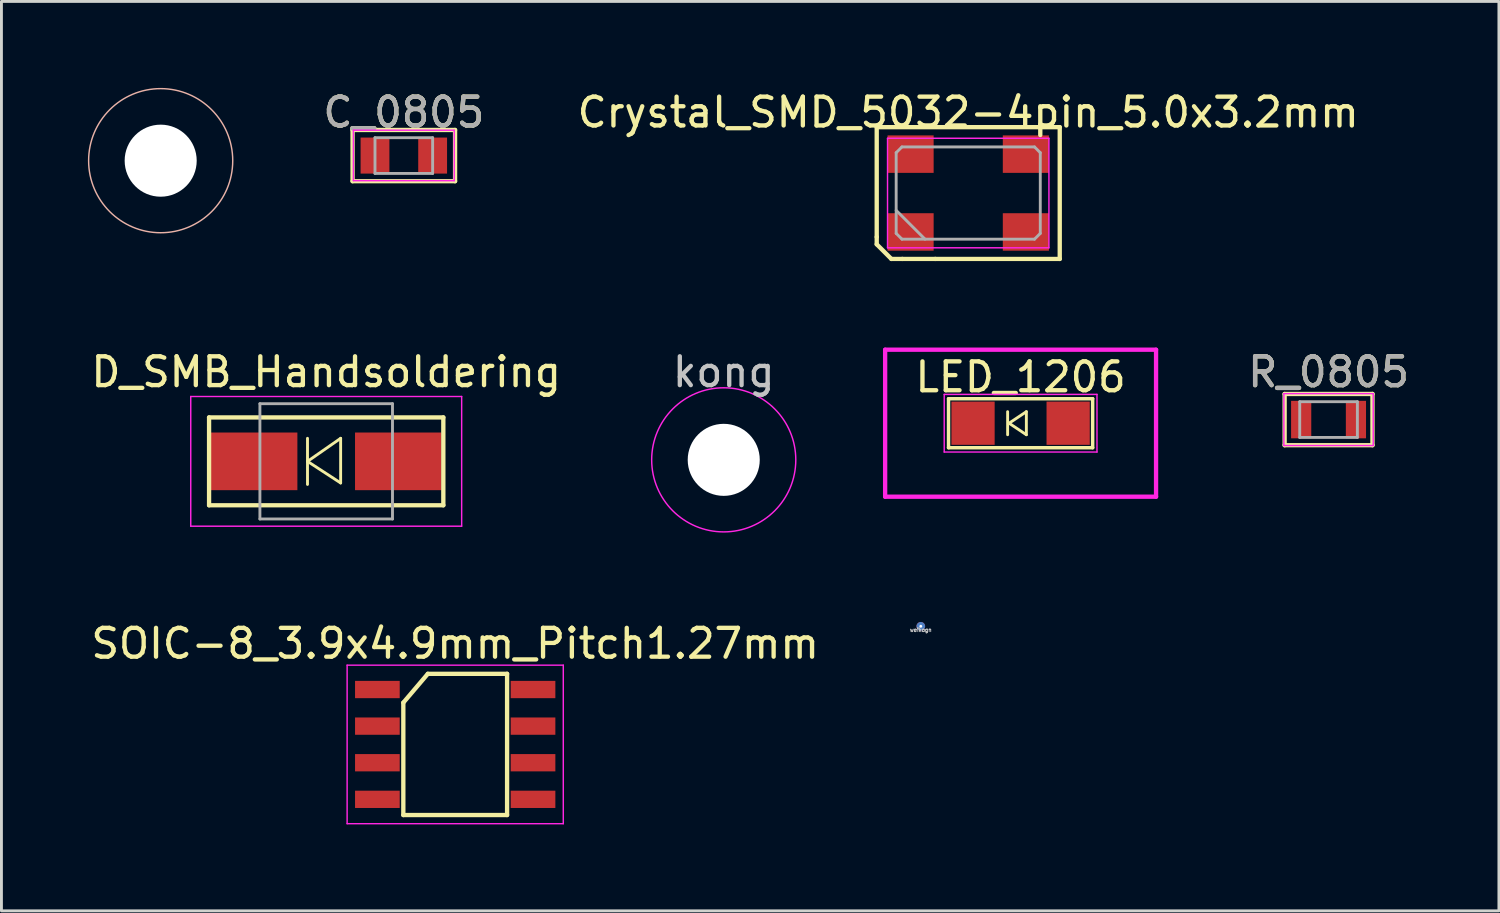
<source format=kicad_pcb>
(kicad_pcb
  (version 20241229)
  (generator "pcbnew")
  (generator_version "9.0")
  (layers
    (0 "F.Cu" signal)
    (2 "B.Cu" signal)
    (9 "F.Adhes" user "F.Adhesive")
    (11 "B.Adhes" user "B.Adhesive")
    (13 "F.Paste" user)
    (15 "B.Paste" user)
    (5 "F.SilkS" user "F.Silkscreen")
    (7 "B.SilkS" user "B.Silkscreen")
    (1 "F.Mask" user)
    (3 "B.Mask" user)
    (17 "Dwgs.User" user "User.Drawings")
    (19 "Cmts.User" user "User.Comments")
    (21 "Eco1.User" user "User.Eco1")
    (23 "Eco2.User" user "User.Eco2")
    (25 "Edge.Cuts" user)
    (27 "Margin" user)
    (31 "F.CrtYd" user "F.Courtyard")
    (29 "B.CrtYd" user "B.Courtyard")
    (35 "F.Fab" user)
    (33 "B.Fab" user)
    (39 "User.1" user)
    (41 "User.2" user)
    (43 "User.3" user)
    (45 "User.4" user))
  (footprint "R_0805"
    (layer "F.Cu")
    (at 43.046 11.508)
    (property "Reference" "R_0805" (at 0 -1.65 0) (layer "F.SilkS") (effects (font (size 1 1) (thickness 0.15))))
    (attr smd)
    (fp_line (start -1.524 -0.889) (end -1.524 0.889) (stroke (width 0.15) (type solid)) (layer "F.SilkS"))
    (fp_line (start -1.524 0.889) (end 1.524 0.889) (stroke (width 0.15) (type solid)) (layer "F.SilkS"))
    (fp_line (start 1.524 -0.889) (end -1.524 -0.889) (stroke (width 0.15) (type solid)) (layer "F.SilkS"))
    (fp_line (start 1.524 0.889) (end 1.524 -0.889) (stroke (width 0.15) (type solid)) (layer "F.SilkS"))
    (fp_line (start -1.55 -0.9) (end -1.55 0.9) (stroke (width 0.05) (type solid)) (layer "F.CrtYd"))
    (fp_line (start -1.55 -0.9) (end 1.55 -0.9) (stroke (width 0.05) (type solid)) (layer "F.CrtYd"))
    (fp_line (start 1.55 0.9) (end -1.55 0.9) (stroke (width 0.05) (type solid)) (layer "F.CrtYd"))
    (fp_line (start 1.55 0.9) (end 1.55 -0.9) (stroke (width 0.05) (type solid)) (layer "F.CrtYd"))
    (fp_line (start -1 -0.62) (end 1 -0.62) (stroke (width 0.1) (type solid)) (layer "F.Fab"))
    (fp_line (start -1 0.62) (end -1 -0.62) (stroke (width 0.1) (type solid)) (layer "F.Fab"))
    (fp_line (start 1 -0.62) (end 1 0.62) (stroke (width 0.1) (type solid)) (layer "F.Fab"))
    (fp_line (start 1 0.62) (end -1 0.62) (stroke (width 0.1) (type solid)) (layer "F.Fab"))
    (fp_text user "${REFERENCE}" (at 0 -1.65 0) (layer "F.Fab") (effects (font (size 1 1) (thickness 0.15))))
    (pad "1" smd rect (at -0.95 0) (size 0.7 1.3) (layers "F.Cu" "F.Mask" "F.Paste"))
    (pad "2" smd rect (at 0.95 0) (size 0.7 1.3) (layers "F.Cu" "F.Mask" "F.Paste")))
  (footprint "D_SMB_Handsoldering"
    (layer "F.Cu")
    (at 8.268 12.957)
    (property "Reference" "D_SMB_Handsoldering" (at 0 -3.1 0) (layer "F.SilkS") (effects (font (size 1 1) (thickness 0.15))))
    (attr smd)
    (fp_line (start -4.064 -1.524) (end -4.064 1.524) (stroke (width 0.15) (type solid)) (layer "F.SilkS"))
    (fp_line (start -4.064 -1.524) (end 4.064 -1.524) (stroke (width 0.15) (type solid)) (layer "F.SilkS"))
    (fp_line (start -0.649 -0.799) (end -0.649 0.801) (stroke (width 0.1) (type solid)) (layer "F.SilkS"))
    (fp_line (start -0.649 0.001) (end 0.501 -0.799) (stroke (width 0.1) (type solid)) (layer "F.SilkS"))
    (fp_line (start -0.649 0.001) (end 0.501 0.75) (stroke (width 0.1) (type solid)) (layer "F.SilkS"))
    (fp_line (start 0.501 0.75) (end 0.501 -0.799) (stroke (width 0.1) (type solid)) (layer "F.SilkS"))
    (fp_line (start 4.064 -1.524) (end 4.064 1.524) (stroke (width 0.15) (type solid)) (layer "F.SilkS"))
    (fp_line (start 4.064 1.524) (end -4.064 1.524) (stroke (width 0.15) (type solid)) (layer "F.SilkS"))
    (fp_line (start -4.7 -2.25) (end 4.7 -2.25) (stroke (width 0.05) (type solid)) (layer "F.CrtYd"))
    (fp_line (start -4.7 2.25) (end -4.7 -2.25) (stroke (width 0.05) (type solid)) (layer "F.CrtYd"))
    (fp_line (start 4.7 -2.25) (end 4.7 2.25) (stroke (width 0.05) (type solid)) (layer "F.CrtYd"))
    (fp_line (start 4.7 2.25) (end -4.7 2.25) (stroke (width 0.05) (type solid)) (layer "F.CrtYd"))
    (fp_line (start -2.3 2) (end -2.3 -2) (stroke (width 0.1) (type solid)) (layer "F.Fab"))
    (fp_line (start 2.3 -2) (end -2.3 -2) (stroke (width 0.1) (type solid)) (layer "F.Fab"))
    (fp_line (start 2.3 -2) (end 2.3 2) (stroke (width 0.1) (type solid)) (layer "F.Fab"))
    (fp_line (start 2.3 2) (end -2.3 2) (stroke (width 0.1) (type solid)) (layer "F.Fab"))
    (pad "1" smd rect (at -2.5 0) (size 3 2) (layers "F.Cu" "F.Mask" "F.Paste"))
    (pad "2" smd rect (at 2.5 0) (size 3 2) (layers "F.Cu" "F.Mask" "F.Paste")))
  (footprint "LED_1206"
    (layer "F.Cu")
    (at 32.361 11.634)
    (property "Reference" "LED_1206" (at 0 -1.6 0) (layer "F.SilkS") (effects (font (size 1 1) (thickness 0.15))))
    (attr smd)
    (fp_line (start -2.5 -0.85) (end -2.5 0.85) (stroke (width 0.12) (type solid)) (layer "F.SilkS"))
    (fp_line (start -2.5 -0.85) (end 2.5 -0.85) (stroke (width 0.12) (type solid)) (layer "F.SilkS"))
    (fp_line (start -2.5 0.85) (end 2.5 0.85) (stroke (width 0.12) (type solid)) (layer "F.SilkS"))
    (fp_line (start -0.45 -0.4) (end -0.45 0.4) (stroke (width 0.1) (type solid)) (layer "F.SilkS"))
    (fp_line (start -0.4 0) (end 0.2 -0.4) (stroke (width 0.1) (type solid)) (layer "F.SilkS"))
    (fp_line (start 0.2 -0.4) (end 0.2 0.4) (stroke (width 0.1) (type solid)) (layer "F.SilkS"))
    (fp_line (start 0.2 0.4) (end -0.4 0) (stroke (width 0.1) (type solid)) (layer "F.SilkS"))
    (fp_line (start 2.5 -0.85) (end 2.5 0.85) (stroke (width 0.12) (type solid)) (layer "F.SilkS"))
    (fp_line (start -4.7 -2.55) (end -4.7 2.55) (stroke (width 0.15) (type solid)) (layer "F.CrtYd"))
    (fp_line (start -4.7 -2.55) (end 4.7 -2.55) (stroke (width 0.15) (type solid)) (layer "F.CrtYd"))
    (fp_line (start -4.7 2.55) (end 4.7 2.55) (stroke (width 0.15) (type solid)) (layer "F.CrtYd"))
    (fp_line (start -2.65 -1) (end 2.65 -1) (stroke (width 0.05) (type solid)) (layer "F.CrtYd"))
    (fp_line (start -2.65 1) (end -2.65 -1) (stroke (width 0.05) (type solid)) (layer "F.CrtYd"))
    (fp_line (start 2.65 -1) (end 2.65 1) (stroke (width 0.05) (type solid)) (layer "F.CrtYd"))
    (fp_line (start 2.65 1) (end -2.65 1) (stroke (width 0.05) (type solid)) (layer "F.CrtYd"))
    (fp_line (start 4.7 -2.55) (end 4.7 2.55) (stroke (width 0.15) (type solid)) (layer "F.CrtYd"))
    (pad "1" smd rect (at -1.65 0 180) (size 1.5 1.5) (layers "F.Cu" "F.Mask" "F.Paste"))
    (pad "2" smd rect (at 1.65 0 180) (size 1.5 1.5) (layers "F.Cu" "F.Mask" "F.Paste")))
  (footprint "1pin"
    (layer "F.Cu")
    (at 2.525 2.525)
    (property "Reference" "1pin" (at 0 0 0) (layer "Dwgs.User") (effects (font (size 0.127 0.127) (thickness 0.032))))
    (attr through_hole)
    (fp_circle (center 0 0) (end 2.5 0) (stroke (width 0.05) (type solid)) (fill no) (layer "B.SilkS"))
    (pad "" np_thru_hole circle (at 0 0) (size 2.5 2.5) (drill 2.5) (layers "*.Cu" "*.Mask")))
  (footprint "weikogn"
    (layer "F.Cu")
    (at 28.898 18.68)
    (property "Reference" "weikogn" (at 0 0.127 0) (layer "Dwgs.User") (effects (font (size 0.127 0.127) (thickness 0.032))))
    (attr through_hole)
    (pad "" thru_hole circle (at 0 0) (size 0.3 0.3) (drill 0.1) (layers "*.Cu")))
  (footprint "Crystal_SMD_5032-4pin_5.0x3.2mm"
    (layer "F.Cu")
    (at 30.544 3.648)
    (property "Reference" "Crystal_SMD_5032-4pin_5.0x3.2mm" (at 0 -2.8 0) (layer "F.SilkS") (effects (font (size 1 1) (thickness 0.15))))
    (attr smd)
    (fp_line (start -3.175 -2.286) (end -3.175 1.524) (stroke (width 0.15) (type solid)) (layer "F.SilkS"))
    (fp_line (start -3.175 1.778) (end -3.175 1.524) (stroke (width 0.15) (type solid)) (layer "F.SilkS"))
    (fp_line (start -2.667 2.286) (end -3.175 1.778) (stroke (width 0.15) (type solid)) (layer "F.SilkS"))
    (fp_line (start -2.667 2.286) (end -2.286 2.286) (stroke (width 0.15) (type solid)) (layer "F.SilkS"))
    (fp_line (start -2.286 2.286) (end -1.143 2.286) (stroke (width 0.15) (type solid)) (layer "F.SilkS"))
    (fp_line (start -1.143 2.286) (end 3.175 2.286) (stroke (width 0.15) (type solid)) (layer "F.SilkS"))
    (fp_line (start 3.175 -2.286) (end -3.175 -2.286) (stroke (width 0.15) (type solid)) (layer "F.SilkS"))
    (fp_line (start 3.175 2.286) (end 3.175 -2.286) (stroke (width 0.15) (type solid)) (layer "F.SilkS"))
    (fp_line (start -2.8 -1.9) (end -2.8 1.9) (stroke (width 0.05) (type solid)) (layer "F.CrtYd"))
    (fp_line (start -2.8 1.9) (end 2.8 1.9) (stroke (width 0.05) (type solid)) (layer "F.CrtYd"))
    (fp_line (start 2.8 -1.9) (end -2.8 -1.9) (stroke (width 0.05) (type solid)) (layer "F.CrtYd"))
    (fp_line (start 2.8 1.9) (end 2.8 -1.9) (stroke (width 0.05) (type solid)) (layer "F.CrtYd"))
    (fp_line (start -2.5 -1.4) (end -2.3 -1.6) (stroke (width 0.1) (type solid)) (layer "F.Fab"))
    (fp_line (start -2.5 0.6) (end -1.5 1.6) (stroke (width 0.1) (type solid)) (layer "F.Fab"))
    (fp_line (start -2.5 1.4) (end -2.5 -1.4) (stroke (width 0.1) (type solid)) (layer "F.Fab"))
    (fp_line (start -2.3 -1.6) (end 2.3 -1.6) (stroke (width 0.1) (type solid)) (layer "F.Fab"))
    (fp_line (start -2.3 1.6) (end -2.5 1.4) (stroke (width 0.1) (type solid)) (layer "F.Fab"))
    (fp_line (start 2.3 -1.6) (end 2.5 -1.4) (stroke (width 0.1) (type solid)) (layer "F.Fab"))
    (fp_line (start 2.3 1.6) (end -2.3 1.6) (stroke (width 0.1) (type solid)) (layer "F.Fab"))
    (fp_line (start 2.5 -1.4) (end 2.5 1.4) (stroke (width 0.1) (type solid)) (layer "F.Fab"))
    (fp_line (start 2.5 1.4) (end 2.3 1.6) (stroke (width 0.1) (type solid)) (layer "F.Fab"))
    (pad "" smd rect (at -2 -1.35) (size 1.6 1.3) (layers "F.Cu" "F.Mask"))
    (pad "" smd rect (at 2 1.35) (size 1.6 1.3) (layers "F.Cu" "F.Mask"))
    (pad "1" smd rect (at -2 1.35) (size 1.6 1.3) (layers "F.Cu" "F.Mask"))
    (pad "2" smd rect (at 2 -1.35) (size 1.6 1.3) (layers "F.Cu" "F.Mask")))
  (footprint "C_0805"
    (layer "F.Cu")
    (at 10.961 2.348)
    (property "Reference" "C_0805" (at 0 -1.5 0) (layer "F.SilkS") (effects (font (size 1 1) (thickness 0.15))))
    (attr smd)
    (fp_line (start -1.778 -0.889) (end -1.778 0.889) (stroke (width 0.15) (type solid)) (layer "F.SilkS"))
    (fp_line (start -1.778 0.889) (end 1.778 0.889) (stroke (width 0.15) (type solid)) (layer "F.SilkS"))
    (fp_line (start 1.778 -0.889) (end -1.778 -0.889) (stroke (width 0.15) (type solid)) (layer "F.SilkS"))
    (fp_line (start 1.778 0.889) (end 1.778 -0.889) (stroke (width 0.15) (type solid)) (layer "F.SilkS"))
    (fp_line (start -1.75 -0.88) (end -1.75 0.87) (stroke (width 0.05) (type solid)) (layer "F.CrtYd"))
    (fp_line (start -1.75 -0.88) (end 1.75 -0.88) (stroke (width 0.05) (type solid)) (layer "F.CrtYd"))
    (fp_line (start 1.75 0.87) (end -1.75 0.87) (stroke (width 0.05) (type solid)) (layer "F.CrtYd"))
    (fp_line (start 1.75 0.87) (end 1.75 -0.88) (stroke (width 0.05) (type solid)) (layer "F.CrtYd"))
    (fp_line (start -1 -0.62) (end 1 -0.62) (stroke (width 0.1) (type solid)) (layer "F.Fab"))
    (fp_line (start -1 0.62) (end -1 -0.62) (stroke (width 0.1) (type solid)) (layer "F.Fab"))
    (fp_line (start 1 -0.62) (end 1 0.62) (stroke (width 0.1) (type solid)) (layer "F.Fab"))
    (fp_line (start 1 0.62) (end -1 0.62) (stroke (width 0.1) (type solid)) (layer "F.Fab"))
    (fp_text user "${REFERENCE}" (at 0 -1.5 0) (layer "F.Fab") (effects (font (size 1 1) (thickness 0.15))))
    (pad "1" smd rect (at -1 0) (size 1 1.25) (layers "F.Cu" "F.Mask" "F.Paste"))
    (pad "2" smd rect (at 1 0) (size 1 1.25) (layers "F.Cu" "F.Mask" "F.Paste")))
  (footprint "kong"
    (layer "F.Cu")
    (at 22.061 12.905)
    (property "Reference" "kong" (at 0 -3.048 0) (layer "Dwgs.User") (effects (font (size 1 1) (thickness 0.15))))
    (attr through_hole)
    (fp_circle (center 0 0) (end 2.5 0) (stroke (width 0.05) (type solid)) (fill no) (layer "F.CrtYd"))
    (pad "" np_thru_hole circle (at 0 0) (size 2.5 2.5) (drill 2.5) (layers "*.Cu" "*.Mask")))
  (footprint "SOIC-8_3.9x4.9mm_Pitch1.27mm"
    (layer "F.Cu")
    (at 12.744 22.779)
    (property "Reference" "SOIC-8_3.9x4.9mm_Pitch1.27mm" (at 0 -3.5 0) (layer "F.SilkS") (effects (font (size 1 1) (thickness 0.15))))
    (attr smd)
    (fp_line (start -1.8 -1.45) (end -0.95 -2.45) (stroke (width 0.15) (type solid)) (layer "F.SilkS"))
    (fp_line (start -1.8 2.45) (end -1.8 -1.45) (stroke (width 0.15) (type solid)) (layer "F.SilkS"))
    (fp_line (start -0.95 -2.45) (end 1.8 -2.45) (stroke (width 0.15) (type solid)) (layer "F.SilkS"))
    (fp_line (start 1.8 -2.45) (end 1.8 2.45) (stroke (width 0.15) (type solid)) (layer "F.SilkS"))
    (fp_line (start 1.8 2.45) (end -1.8 2.45) (stroke (width 0.15) (type solid)) (layer "F.SilkS"))
    (fp_line (start -3.75 -2.75) (end -3.75 2.75) (stroke (width 0.05) (type solid)) (layer "F.CrtYd"))
    (fp_line (start -3.75 -2.75) (end 3.75 -2.75) (stroke (width 0.05) (type solid)) (layer "F.CrtYd"))
    (fp_line (start -3.75 2.75) (end 3.75 2.75) (stroke (width 0.05) (type solid)) (layer "F.CrtYd"))
    (fp_line (start 3.75 -2.75) (end 3.75 2.75) (stroke (width 0.05) (type solid)) (layer "F.CrtYd"))
    (pad "1" smd rect (at -2.7 -1.905) (size 1.55 0.6) (layers "F.Cu" "F.Mask" "F.Paste"))
    (pad "2" smd rect (at -2.7 -0.635) (size 1.55 0.6) (layers "F.Cu" "F.Mask" "F.Paste"))
    (pad "3" smd rect (at -2.7 0.635) (size 1.55 0.6) (layers "F.Cu" "F.Mask" "F.Paste"))
    (pad "4" smd rect (at -2.7 1.905) (size 1.55 0.6) (layers "F.Cu" "F.Mask" "F.Paste"))
    (pad "5" smd rect (at 2.7 1.905) (size 1.55 0.6) (layers "F.Cu" "F.Mask" "F.Paste"))
    (pad "6" smd rect (at 2.7 0.635) (size 1.55 0.6) (layers "F.Cu" "F.Mask" "F.Paste"))
    (pad "7" smd rect (at 2.7 -0.635) (size 1.55 0.6) (layers "F.Cu" "F.Mask" "F.Paste"))
    (pad "8" smd rect (at 2.7 -1.905) (size 1.55 0.6) (layers "F.Cu" "F.Mask" "F.Paste")))
  (gr_rect
    (start -3 -3)
    (end 48.957 28.554)
    (stroke (width 0.1) (type default))
    (fill no)
    (layer "Edge.Cuts")))
</source>
